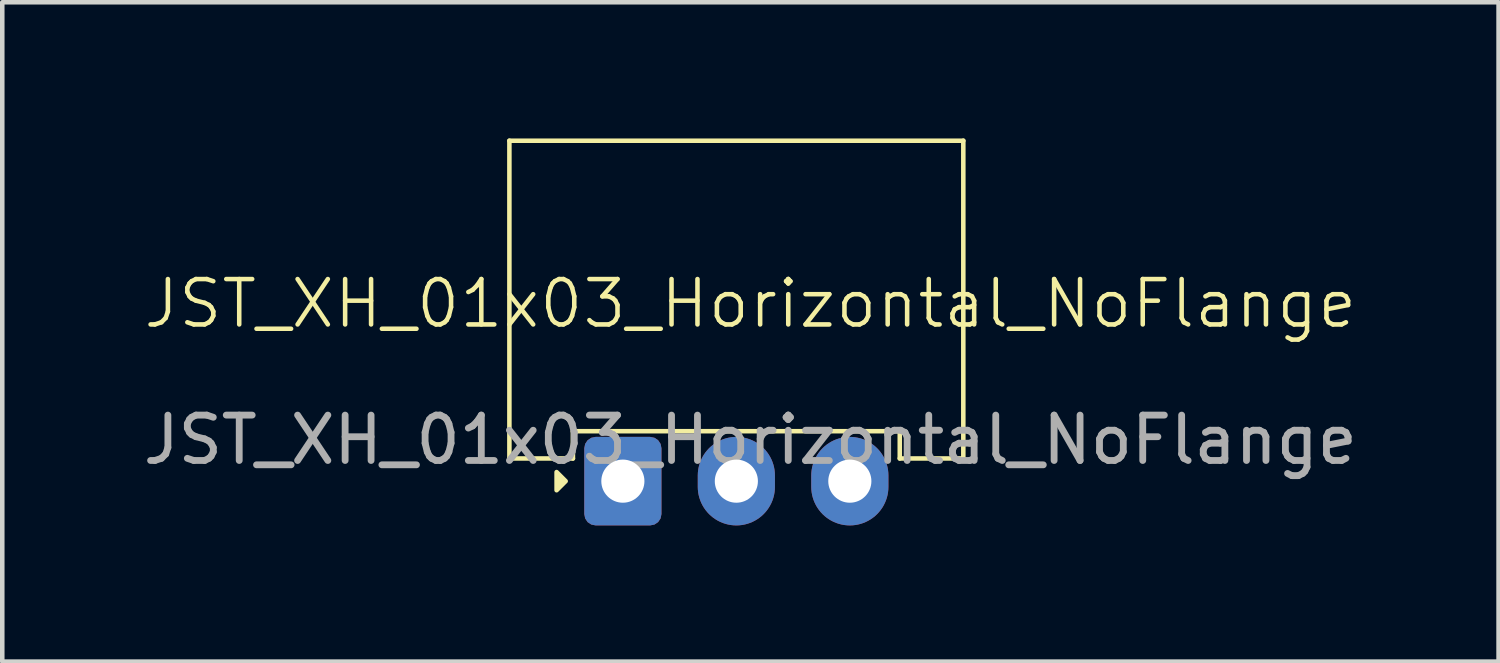
<source format=kicad_pcb>
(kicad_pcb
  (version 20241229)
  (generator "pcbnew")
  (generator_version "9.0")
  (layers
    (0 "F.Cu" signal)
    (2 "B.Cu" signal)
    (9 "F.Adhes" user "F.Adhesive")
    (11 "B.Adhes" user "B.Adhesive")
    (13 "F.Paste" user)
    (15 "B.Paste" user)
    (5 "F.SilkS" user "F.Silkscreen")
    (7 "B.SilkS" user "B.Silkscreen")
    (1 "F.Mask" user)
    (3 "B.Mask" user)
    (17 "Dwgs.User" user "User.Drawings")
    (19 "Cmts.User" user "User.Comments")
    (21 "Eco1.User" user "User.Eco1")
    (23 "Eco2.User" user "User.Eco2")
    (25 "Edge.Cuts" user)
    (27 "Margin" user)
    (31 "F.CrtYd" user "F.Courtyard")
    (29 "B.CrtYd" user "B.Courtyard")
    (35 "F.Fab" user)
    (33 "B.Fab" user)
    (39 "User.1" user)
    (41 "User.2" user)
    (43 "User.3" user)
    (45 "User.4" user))
  (footprint "JST_XH_01x03_Horizontal_NoFlange"
    (layer "F.Cu")
    (at 13.482 4.14)
    (property "Reference" "JST_XH_01x03_Horizontal_NoFlange" (at 0 -0.5 0) (unlocked yes) (layer "F.SilkS") (effects (font (size 1 1) (thickness 0.1))))
    (attr smd)
    (fp_line (start -5.31 -4.09) (end 4.69 -4.09) (stroke (width 0.1) (type default)) (layer "F.SilkS"))
    (fp_line (start -5.31 2.91) (end -5.31 -4.09) (stroke (width 0.1) (type default)) (layer "F.SilkS"))
    (fp_line (start -5.31 2.91) (end -3.91 2.91) (stroke (width 0.1) (type default)) (layer "F.SilkS"))
    (fp_line (start -3.91 2.31) (end 3.29 2.31) (stroke (width 0.1) (type default)) (layer "F.SilkS"))
    (fp_line (start -3.91 2.91) (end -3.91 2.31) (stroke (width 0.1) (type default)) (layer "F.SilkS"))
    (fp_line (start 3.29 2.91) (end 3.29 2.31) (stroke (width 0.1) (type default)) (layer "F.SilkS"))
    (fp_line (start 4.69 2.91) (end 3.29 2.91) (stroke (width 0.1) (type default)) (layer "F.SilkS"))
    (fp_line (start 4.69 2.91) (end 4.69 -4.09) (stroke (width 0.1) (type default)) (layer "F.SilkS"))
    (fp_poly (pts (xy -4.07 3.41) (xy -4.27 3.21) (xy -4.27 3.61)) (stroke (width 0.1) (type solid)) (fill yes) (layer "F.SilkS"))
    (fp_text user "${REFERENCE}" (at 0 2.5 0) (unlocked yes) (layer "F.Fab") (effects (font (size 1 1) (thickness 0.15))))
    (pad "1" thru_hole roundrect (at -2.81 3.41) (size 1.7 1.95) (drill 0.95) (layers "*.Cu" "*.Mask") (roundrect_rratio 0.147))
    (pad "2" thru_hole oval (at -0.31 3.41) (size 1.7 1.95) (drill 0.95) (layers "*.Cu" "*.Mask"))
    (pad "3" thru_hole oval (at 2.19 3.41) (size 1.7 1.95) (drill 0.95) (layers "*.Cu" "*.Mask")))
  (gr_rect
    (start -3 -3)
    (end 29.964 11.525)
    (stroke (width 0.1) (type default))
    (fill no)
    (layer "Edge.Cuts")))
</source>
